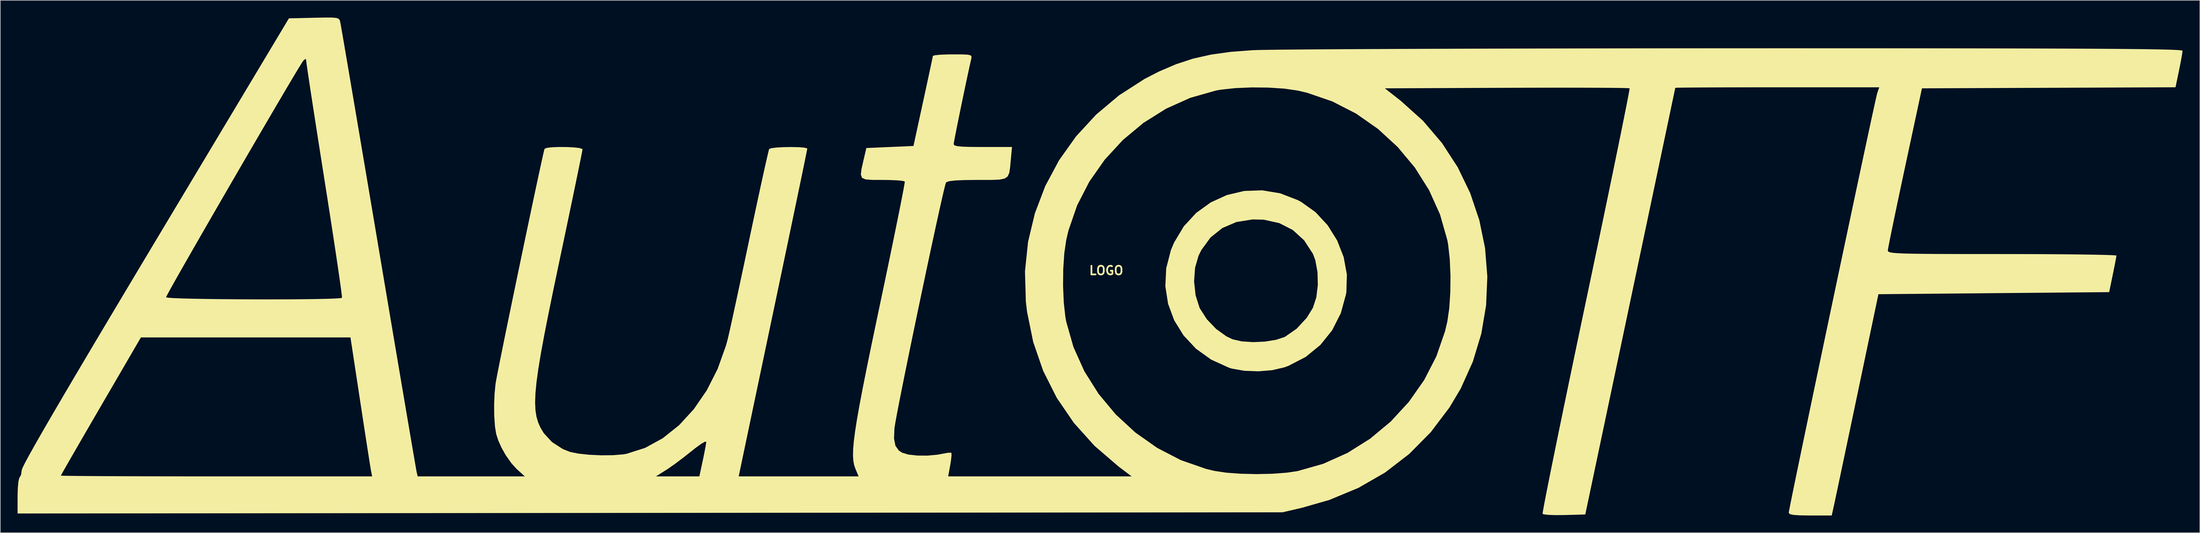
<source format=kicad_pcb>
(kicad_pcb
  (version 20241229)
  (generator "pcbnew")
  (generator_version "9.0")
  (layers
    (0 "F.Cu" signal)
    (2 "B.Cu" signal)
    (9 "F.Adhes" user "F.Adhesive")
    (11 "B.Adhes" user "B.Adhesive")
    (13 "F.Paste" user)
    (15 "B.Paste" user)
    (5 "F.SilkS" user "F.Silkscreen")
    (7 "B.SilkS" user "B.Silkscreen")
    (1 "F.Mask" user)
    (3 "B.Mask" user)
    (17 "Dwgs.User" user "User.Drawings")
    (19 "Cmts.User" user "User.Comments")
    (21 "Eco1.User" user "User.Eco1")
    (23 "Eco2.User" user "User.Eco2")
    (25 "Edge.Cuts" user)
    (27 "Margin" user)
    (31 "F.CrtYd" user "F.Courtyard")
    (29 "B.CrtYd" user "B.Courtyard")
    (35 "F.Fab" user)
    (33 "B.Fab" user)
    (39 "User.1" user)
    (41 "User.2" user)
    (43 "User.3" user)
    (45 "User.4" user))
  (footprint "LOGO"
    (layer "F.Cu")
    (at 188.89 43.961)
    (property "Reference" "LOGO" (at 0 0 0) (layer "F.SilkS") (effects (font (size 1.5 1.5) (thickness 0.3))))
    (attr board_only exclude_from_pos_files exclude_from_bom)
    (fp_poly (pts (xy 30.17 -13.419) (xy 33.219 -12.243) (xy 33.795 -11.936) (xy 36.305 -10.147) (xy 38.414 -7.868) (xy 40.064 -5.22) (xy 41.195 -2.326) (xy 41.749 0.695) (xy 41.665 3.721) (xy 41.607 4.094) (xy 40.697 7.419) (xy 39.195 10.386) (xy 37.148 12.938) (xy 34.606 15.017) (xy 31.616 16.565) (xy 30.889 16.834) (xy 28.801 17.319) (xy 26.389 17.516) (xy 23.952 17.425) (xy 21.788 17.042) (xy 21.281 16.886) (xy 18.193 15.476) (xy 15.559 13.582) (xy 13.414 11.284) (xy 11.792 8.658) (xy 10.727 5.784) (xy 10.253 2.74) (xy 10.293 1.909) (xy 15.241 1.909) (xy 15.501 4.308) (xy 16.181 6.449) (xy 16.25 6.595) (xy 17.455 8.472) (xy 19.066 10.157) (xy 20.871 11.455) (xy 21.939 11.956) (xy 23.522 12.317) (xy 25.478 12.444) (xy 27.542 12.35) (xy 29.454 12.046) (xy 30.951 11.547) (xy 31.014 11.515) (xy 33.026 10.121) (xy 34.774 8.232) (xy 35.853 6.485) (xy 36.443 4.686) (xy 36.71 2.524) (xy 36.654 0.273) (xy 36.274 -1.792) (xy 35.855 -2.905) (xy 34.336 -5.245) (xy 32.38 -7.031) (xy 30.036 -8.235) (xy 27.35 -8.831) (xy 25.4 -8.878) (xy 22.58 -8.427) (xy 20.137 -7.378) (xy 18.102 -5.751) (xy 16.507 -3.567) (xy 16.011 -2.569) (xy 15.409 -0.475) (xy 15.241 1.909) (xy 10.293 1.909) (xy 10.405 -0.395) (xy 11.217 -3.544) (xy 11.764 -4.853) (xy 13.454 -7.675) (xy 15.607 -10.013) (xy 18.131 -11.837) (xy 20.939 -13.118) (xy 23.941 -13.827) (xy 27.048 -13.937)) (stroke (width 0) (type solid)) (fill yes) (layer "F.SilkS"))
    (fp_poly (pts (xy -134.396 -43.96) (xy -133.63 -43.901) (xy -133.208 -43.764) (xy -133.008 -43.531) (xy -132.911 -43.209) (xy -132.827 -42.752) (xy -132.632 -41.637) (xy -132.335 -39.909) (xy -131.943 -37.615) (xy -131.465 -34.803) (xy -130.907 -31.518) (xy -130.278 -27.807) (xy -129.587 -23.717) (xy -128.84 -19.295) (xy -128.046 -14.587) (xy -127.212 -9.64) (xy -126.347 -4.5) (xy -126.282 -4.114) (xy -125.415 1.038) (xy -124.579 6) (xy -123.782 10.727) (xy -123.031 15.171) (xy -122.336 19.286) (xy -121.703 23.026) (xy -121.14 26.343) (xy -120.656 29.191) (xy -120.258 31.523) (xy -119.954 33.293) (xy -119.752 34.454) (xy -119.661 34.96) (xy -119.659 34.97) (xy -119.474 35.775) (xy -110.178 35.775) (xy -100.882 35.775) (xy -78.129 35.775) (xy -74.363 35.775) (xy -70.598 35.775) (xy -70 32.994) (xy -69.718 31.622) (xy -69.507 30.495) (xy -69.406 29.817) (xy -69.403 29.749) (xy -69.654 29.758) (xy -70.33 30.157) (xy -71.314 30.874) (xy -71.996 31.419) (xy -73.396 32.53) (xy -74.836 33.611) (xy -76.064 34.472) (xy -76.359 34.663) (xy -78.129 35.775) (xy -100.882 35.775) (xy -102.311 34.484) (xy -103.223 33.469) (xy -104.181 32.106) (xy -104.891 30.854) (xy -105.478 29.562) (xy -105.845 28.416) (xy -106.057 27.141) (xy -106.176 25.462) (xy -106.189 25.195) (xy -106.208 23.347) (xy -106.129 21.416) (xy -105.969 19.756) (xy -105.92 19.435) (xy -105.748 18.5) (xy -105.457 17.006) (xy -105.062 15.026) (xy -104.579 12.639) (xy -104.024 9.918) (xy -103.412 6.942) (xy -102.76 3.785) (xy -102.084 0.523) (xy -101.398 -2.767) (xy -100.72 -6.01) (xy -100.065 -9.129) (xy -99.449 -12.049) (xy -98.887 -14.693) (xy -98.395 -16.986) (xy -97.99 -18.852) (xy -97.688 -20.214) (xy -97.503 -20.997) (xy -97.455 -21.157) (xy -97.026 -21.321) (xy -96.108 -21.424) (xy -94.892 -21.469) (xy -93.571 -21.458) (xy -92.337 -21.395) (xy -91.38 -21.281) (xy -90.894 -21.12) (xy -90.868 -21.068) (xy -90.94 -20.652) (xy -91.146 -19.602) (xy -91.474 -17.983) (xy -91.91 -15.861) (xy -92.439 -13.302) (xy -93.049 -10.371) (xy -93.726 -7.135) (xy -94.456 -3.658) (xy -94.84 -1.839) (xy -95.88 3.128) (xy -96.765 7.453) (xy -97.5 11.188) (xy -98.09 14.389) (xy -98.54 17.111) (xy -98.854 19.406) (xy -99.038 21.33) (xy -99.097 22.938) (xy -99.035 24.282) (xy -98.857 25.418) (xy -98.569 26.4) (xy -98.175 27.283) (xy -97.679 28.12) (xy -97.568 28.289) (xy -96.154 29.823) (xy -94.288 31.026) (xy -93.056 31.516) (xy -91.63 31.814) (xy -89.744 32.015) (xy -87.651 32.112) (xy -85.602 32.094) (xy -83.848 31.954) (xy -83.24 31.853) (xy -80.014 30.826) (xy -76.957 29.151) (xy -74.119 26.885) (xy -71.553 24.087) (xy -69.308 20.813) (xy -67.436 17.121) (xy -65.987 13.07) (xy -65.692 11.985) (xy -65.502 11.18) (xy -65.183 9.76) (xy -64.756 7.809) (xy -64.236 5.412) (xy -63.644 2.654) (xy -62.997 -0.38) (xy -62.313 -3.606) (xy -61.921 -5.467) (xy -61.241 -8.681) (xy -60.6 -11.681) (xy -60.015 -14.394) (xy -59.501 -16.748) (xy -59.074 -18.668) (xy -58.75 -20.083) (xy -58.546 -20.919) (xy -58.485 -21.118) (xy -58.07 -21.267) (xy -57.161 -21.375) (xy -55.95 -21.44) (xy -54.628 -21.46) (xy -53.386 -21.434) (xy -52.415 -21.358) (xy -51.907 -21.233) (xy -51.873 -21.183) (xy -51.945 -20.797) (xy -52.153 -19.764) (xy -52.486 -18.139) (xy -52.933 -15.974) (xy -53.483 -13.325) (xy -54.124 -10.244) (xy -54.846 -6.786) (xy -55.636 -3.003) (xy -56.485 1.049) (xy -57.381 5.318) (xy -57.619 6.453) (xy -58.53 10.79) (xy -59.402 14.94) (xy -60.222 18.848) (xy -60.98 22.457) (xy -61.663 25.713) (xy -62.26 28.559) (xy -62.76 30.94) (xy -63.15 32.8) (xy -63.419 34.084) (xy -63.555 34.736) (xy -63.567 34.791) (xy -63.768 35.775) (xy -53.367 35.775) (xy -42.966 35.775) (xy -43.529 34.433) (xy -43.738 33.821) (xy -43.877 33.094) (xy -43.939 32.203) (xy -43.917 31.096) (xy -43.803 29.723) (xy -43.589 28.033) (xy -43.268 25.975) (xy -42.832 23.499) (xy -42.274 20.555) (xy -41.586 17.09) (xy -40.76 13.055) (xy -39.789 8.399) (xy -39.226 5.724) (xy -38.435 1.959) (xy -37.694 -1.597) (xy -37.016 -4.882) (xy -36.413 -7.836) (xy -35.897 -10.397) (xy -35.481 -12.503) (xy -35.177 -14.092) (xy -34.998 -15.103) (xy -34.956 -15.473) (xy -35.352 -15.583) (xy -36.307 -15.672) (xy -37.666 -15.727) (xy -38.837 -15.741) (xy -40.599 -15.745) (xy -41.744 -15.83) (xy -42.372 -16.103) (xy -42.579 -16.674) (xy -42.464 -17.649) (xy -42.125 -19.139) (xy -42.083 -19.318) (xy -41.625 -21.286) (xy -37.537 -21.465) (xy -33.449 -21.644) (xy -31.781 -29.335) (xy -31.293 -31.589) (xy -30.858 -33.607) (xy -30.5 -35.284) (xy -30.239 -36.515) (xy -30.099 -37.197) (xy -30.081 -37.295) (xy -29.736 -37.41) (xy -28.832 -37.501) (xy -27.527 -37.554) (xy -26.645 -37.563) (xy -25.071 -37.557) (xy -24.086 -37.515) (xy -23.564 -37.408) (xy -23.378 -37.203) (xy -23.403 -36.869) (xy -23.429 -36.758) (xy -23.687 -35.613) (xy -24.026 -34.054) (xy -24.418 -32.207) (xy -24.838 -30.202) (xy -25.259 -28.164) (xy -25.656 -26.221) (xy -26.001 -24.501) (xy -26.269 -23.131) (xy -26.433 -22.239) (xy -26.473 -21.96) (xy -26.342 -21.758) (xy -25.886 -21.617) (xy -25.009 -21.528) (xy -23.616 -21.48) (xy -21.61 -21.465) (xy -21.413 -21.465) (xy -16.353 -21.465) (xy -16.562 -19.224) (xy -16.683 -17.897) (xy -16.83 -16.957) (xy -17.114 -16.338) (xy -17.646 -15.974) (xy -18.537 -15.797) (xy -19.897 -15.741) (xy -21.837 -15.74) (xy -22.354 -15.741) (xy -24.609 -15.719) (xy -26.216 -15.649) (xy -27.242 -15.525) (xy -27.751 -15.343) (xy -27.801 -15.294) (xy -27.935 -14.87) (xy -28.194 -13.82) (xy -28.564 -12.218) (xy -29.029 -10.138) (xy -29.573 -7.656) (xy -30.18 -4.846) (xy -30.836 -1.782) (xy -31.523 1.46) (xy -32.227 4.807) (xy -32.932 8.183) (xy -33.623 11.514) (xy -34.283 14.725) (xy -34.897 17.741) (xy -35.45 20.488) (xy -35.925 22.892) (xy -36.308 24.876) (xy -36.582 26.368) (xy -36.732 27.292) (xy -36.748 27.425) (xy -36.822 29.202) (xy -36.581 30.446) (xy -35.984 31.286) (xy -35.429 31.654) (xy -34.34 31.982) (xy -32.792 32.155) (xy -31.028 32.166) (xy -29.29 32.008) (xy -28.451 31.851) (xy -27.526 31.68) (xy -26.943 31.653) (xy -26.871 31.68) (xy -26.842 32.091) (xy -26.935 32.982) (xy -27.068 33.807) (xy -27.425 35.775) (xy -11.512 35.775) (xy 4.4 35.775) (xy 2.11 34.039) (xy -2.042 30.463) (xy -5.615 26.48) (xy -8.59 22.124) (xy -10.949 17.426) (xy -12.674 12.42) (xy -13.747 7.136) (xy -13.951 5.374) (xy -14.028 2.687) (xy -7.493 2.687) (xy -7.371 5.535) (xy -7.097 8.046) (xy -6.95 8.869) (xy -5.69 13.3) (xy -3.797 17.508) (xy -1.333 21.429) (xy 1.636 24.998) (xy 5.048 28.151) (xy 8.837 30.823) (xy 12.94 32.95) (xy 17.292 34.467) (xy 18.782 34.825) (xy 20.828 35.133) (xy 23.343 35.318) (xy 26.09 35.38) (xy 28.833 35.318) (xy 31.336 35.131) (xy 33.196 34.855) (xy 37.645 33.591) (xy 41.863 31.695) (xy 45.785 29.228) (xy 49.35 26.255) (xy 52.496 22.837) (xy 55.159 19.037) (xy 57.276 14.917) (xy 58.786 10.54) (xy 59.178 8.869) (xy 59.514 6.555) (xy 59.695 3.802) (xy 59.724 0.869) (xy 59.6 -1.981) (xy 59.322 -4.491) (xy 59.178 -5.292) (xy 57.909 -9.747) (xy 56.009 -13.969) (xy 53.54 -17.895) (xy 50.566 -21.462) (xy 47.149 -24.607) (xy 43.351 -27.268) (xy 39.236 -29.382) (xy 34.865 -30.887) (xy 33.196 -31.277) (xy 30.889 -31.609) (xy 28.143 -31.79) (xy 25.216 -31.819) (xy 22.369 -31.697) (xy 19.861 -31.424) (xy 19.035 -31.277) (xy 14.586 -30.013) (xy 10.368 -28.117) (xy 6.446 -25.651) (xy 2.881 -22.677) (xy -0.265 -19.259) (xy -2.928 -15.459) (xy -5.045 -11.339) (xy -6.555 -6.963) (xy -6.947 -5.292) (xy -7.281 -2.986) (xy -7.463 -0.24) (xy -7.493 2.687) (xy -14.028 2.687) (xy -14.101 0.147) (xy -13.569 -4.974) (xy -12.385 -9.935) (xy -10.582 -14.68) (xy -8.19 -19.156) (xy -5.241 -23.309) (xy -1.766 -27.085) (xy 2.203 -30.429) (xy 6.637 -33.288) (xy 9.119 -34.566) (xy 12.102 -35.847) (xy 15.056 -36.818) (xy 18.167 -37.522) (xy 21.618 -38.002) (xy 25.4 -38.289) (xy 26.325 -38.319) (xy 27.93 -38.349) (xy 30.179 -38.378) (xy 33.036 -38.405) (xy 36.464 -38.432) (xy 40.429 -38.458) (xy 44.894 -38.482) (xy 49.824 -38.505) (xy 55.182 -38.526) (xy 60.933 -38.545) (xy 67.04 -38.563) (xy 73.469 -38.578) (xy 80.182 -38.591) (xy 87.145 -38.602) (xy 94.321 -38.611) (xy 101.675 -38.617) (xy 109.023 -38.62) (xy 118.114 -38.621) (xy 126.513 -38.62) (xy 134.244 -38.618) (xy 141.332 -38.614) (xy 147.8 -38.608) (xy 153.673 -38.599) (xy 158.973 -38.588) (xy 163.726 -38.575) (xy 167.954 -38.559) (xy 171.683 -38.54) (xy 174.935 -38.518) (xy 177.735 -38.494) (xy 180.108 -38.466) (xy 182.075 -38.435) (xy 183.663 -38.4) (xy 184.894 -38.362) (xy 185.792 -38.32) (xy 186.382 -38.275) (xy 186.688 -38.225) (xy 186.745 -38.189) (xy 186.677 -37.65) (xy 186.493 -36.606) (xy 186.23 -35.254) (xy 186.136 -34.794) (xy 185.525 -31.845) (xy 163.526 -31.753) (xy 141.528 -31.661) (xy 138.578 -17.887) (xy 137.926 -14.831) (xy 137.322 -11.978) (xy 136.785 -9.409) (xy 136.328 -7.202) (xy 135.97 -5.436) (xy 135.726 -4.192) (xy 135.613 -3.547) (xy 135.606 -3.488) (xy 135.635 -3.353) (xy 135.768 -3.239) (xy 136.059 -3.144) (xy 136.565 -3.067) (xy 137.339 -3.005) (xy 138.437 -2.957) (xy 139.915 -2.921) (xy 141.826 -2.895) (xy 144.226 -2.878) (xy 147.171 -2.868) (xy 150.714 -2.863) (xy 154.912 -2.862) (xy 155.441 -2.862) (xy 159.135 -2.857) (xy 162.605 -2.844) (xy 165.787 -2.822) (xy 168.617 -2.794) (xy 171.031 -2.759) (xy 172.963 -2.719) (xy 174.351 -2.675) (xy 175.13 -2.627) (xy 175.279 -2.594) (xy 175.204 -2.143) (xy 175.018 -1.169) (xy 174.754 0.147) (xy 174.638 0.715) (xy 174.013 3.756) (xy 153.995 3.935) (xy 133.976 4.114) (xy 130.339 21.465) (xy 129.607 24.954) (xy 128.907 28.285) (xy 128.256 31.382) (xy 127.67 34.167) (xy 127.165 36.564) (xy 126.757 38.496) (xy 126.462 39.887) (xy 126.296 40.661) (xy 126.288 40.694) (xy 125.875 42.572) (xy 122.145 42.572) (xy 120.38 42.549) (xy 119.233 42.473) (xy 118.61 42.332) (xy 118.414 42.114) (xy 118.414 42.103) (xy 118.487 41.674) (xy 118.696 40.603) (xy 119.03 38.945) (xy 119.477 36.757) (xy 120.026 34.097) (xy 120.663 31.022) (xy 121.378 27.587) (xy 122.157 23.85) (xy 122.99 19.868) (xy 123.864 15.697) (xy 124.767 11.395) (xy 125.687 7.018) (xy 126.613 2.623) (xy 127.532 -1.734) (xy 128.433 -5.995) (xy 129.303 -10.103) (xy 130.13 -14.003) (xy 130.903 -17.636) (xy 131.61 -20.946) (xy 132.238 -23.877) (xy 132.775 -26.372) (xy 133.211 -28.373) (xy 133.532 -29.824) (xy 133.727 -30.668) (xy 133.776 -30.856) (xy 134.118 -31.839) (xy 116.428 -31.839) (xy 112.946 -31.838) (xy 109.691 -31.833) (xy 106.73 -31.825) (xy 104.133 -31.814) (xy 101.967 -31.801) (xy 100.301 -31.787) (xy 99.202 -31.77) (xy 98.739 -31.753) (xy 98.728 -31.75) (xy 98.655 -31.395) (xy 98.443 -30.386) (xy 98.103 -28.768) (xy 97.645 -26.587) (xy 97.077 -23.889) (xy 96.41 -20.72) (xy 95.654 -17.124) (xy 94.817 -13.149) (xy 93.909 -8.839) (xy 92.94 -4.24) (xy 91.92 0.601) (xy 90.916 5.366) (xy 83.114 42.393) (xy 79.507 42.495) (xy 77.973 42.508) (xy 76.723 42.464) (xy 75.917 42.371) (xy 75.707 42.285) (xy 75.753 41.899) (xy 75.938 40.86) (xy 76.253 39.214) (xy 76.688 37.006) (xy 77.233 34.283) (xy 77.88 31.092) (xy 78.619 27.479) (xy 79.441 23.489) (xy 80.336 19.169) (xy 81.294 14.566) (xy 82.307 9.725) (xy 83.249 5.244) (xy 84.302 0.233) (xy 85.309 -4.579) (xy 86.261 -9.147) (xy 87.149 -13.424) (xy 87.963 -17.365) (xy 88.693 -20.923) (xy 89.331 -24.053) (xy 89.867 -26.709) (xy 90.291 -28.844) (xy 90.594 -30.412) (xy 90.767 -31.368) (xy 90.803 -31.666) (xy 90.422 -31.697) (xy 89.39 -31.723) (xy 87.767 -31.744) (xy 85.618 -31.76) (xy 83.006 -31.77) (xy 79.993 -31.775) (xy 76.643 -31.773) (xy 73.019 -31.766) (xy 69.481 -31.753) (xy 48.34 -31.661) (xy 51.119 -29.476) (xy 54.958 -26.02) (xy 58.249 -22.156) (xy 60.981 -17.949) (xy 63.145 -13.46) (xy 64.729 -8.755) (xy 65.724 -3.895) (xy 66.12 1.055) (xy 65.907 6.033) (xy 65.075 10.974) (xy 63.614 15.816) (xy 61.514 20.496) (xy 59.559 23.79) (xy 56.296 28.104) (xy 52.565 31.878) (xy 48.382 35.103) (xy 43.759 37.77) (xy 38.71 39.869) (xy 33.986 41.226) (xy 30.587 42.018) (xy -79.151 42.121) (xy -188.89 42.224) (xy -188.89 39.199) (xy -188.85 37.795) (xy -188.745 36.679) (xy -188.593 36.035) (xy -188.532 35.954) (xy -188.365 35.641) (xy -181.377 35.641) (xy -181.029 35.662) (xy -180.02 35.683) (xy -178.406 35.702) (xy -176.242 35.719) (xy -173.582 35.735) (xy -170.483 35.748) (xy -167 35.759) (xy -163.186 35.767) (xy -159.098 35.773) (xy -154.791 35.775) (xy -154.377 35.775) (xy -127.376 35.775) (xy -127.568 34.791) (xy -127.668 34.201) (xy -127.861 32.998) (xy -128.13 31.278) (xy -128.463 29.135) (xy -128.843 26.664) (xy -129.256 23.96) (xy -129.446 22.717) (xy -131.131 11.627) (xy -149.311 11.627) (xy -167.491 11.627) (xy -174.434 23.567) (xy -175.976 26.222) (xy -177.399 28.678) (xy -178.664 30.869) (xy -179.732 32.726) (xy -180.565 34.182) (xy -181.124 35.169) (xy -181.369 35.62) (xy -181.377 35.641) (xy -188.365 35.641) (xy -188.272 35.469) (xy -188.175 34.705) (xy -188.037 34.307) (xy -187.618 33.455) (xy -186.909 32.135) (xy -185.904 30.333) (xy -184.592 28.036) (xy -182.968 25.229) (xy -181.021 21.899) (xy -178.745 18.032) (xy -176.131 13.614) (xy -173.172 8.631) (xy -170.8 4.651) (xy -163.132 4.651) (xy -162.79 4.726) (xy -161.821 4.793) (xy -160.315 4.852) (xy -158.363 4.903) (xy -156.052 4.944) (xy -153.474 4.976) (xy -150.716 4.999) (xy -147.869 5.012) (xy -145.022 5.015) (xy -142.265 5.008) (xy -139.686 4.99) (xy -137.376 4.962) (xy -135.423 4.922) (xy -133.917 4.871) (xy -132.948 4.809) (xy -132.607 4.74) (xy -132.632 4.347) (xy -132.76 3.311) (xy -132.983 1.697) (xy -133.291 -0.433) (xy -133.674 -3.012) (xy -134.123 -5.979) (xy -134.628 -9.269) (xy -135.18 -12.818) (xy -135.612 -15.562) (xy -136.197 -19.277) (xy -136.748 -22.794) (xy -137.254 -26.045) (xy -137.705 -28.966) (xy -138.092 -31.49) (xy -138.403 -33.552) (xy -138.63 -35.086) (xy -138.761 -36.027) (xy -138.791 -36.298) (xy -138.867 -36.776) (xy -139.171 -36.613) (xy -139.304 -36.477) (xy -139.576 -36.073) (xy -140.164 -35.118) (xy -141.03 -33.675) (xy -142.138 -31.808) (xy -143.451 -29.578) (xy -144.934 -27.049) (xy -146.55 -24.283) (xy -148.263 -21.344) (xy -150.035 -18.293) (xy -151.832 -15.194) (xy -153.616 -12.11) (xy -155.351 -9.104) (xy -157.001 -6.237) (xy -158.528 -3.574) (xy -159.898 -1.176) (xy -161.074 0.893) (xy -162.018 2.571) (xy -162.695 3.794) (xy -163.069 4.501) (xy -163.132 4.651) (xy -170.8 4.651) (xy -169.858 3.069) (xy -166.182 -3.086) (xy -164.994 -5.073) (xy -141.813 -43.824) (xy -137.457 -43.924) (xy -135.631 -43.961)) (stroke (width 0) (type solid)) (fill yes) (layer "F.SilkS")))
  (gr_rect
    (start -3 -3)
    (end 378.635 89.533)
    (stroke (width 0.1) (type default))
    (fill no)
    (layer "Edge.Cuts")))
</source>
